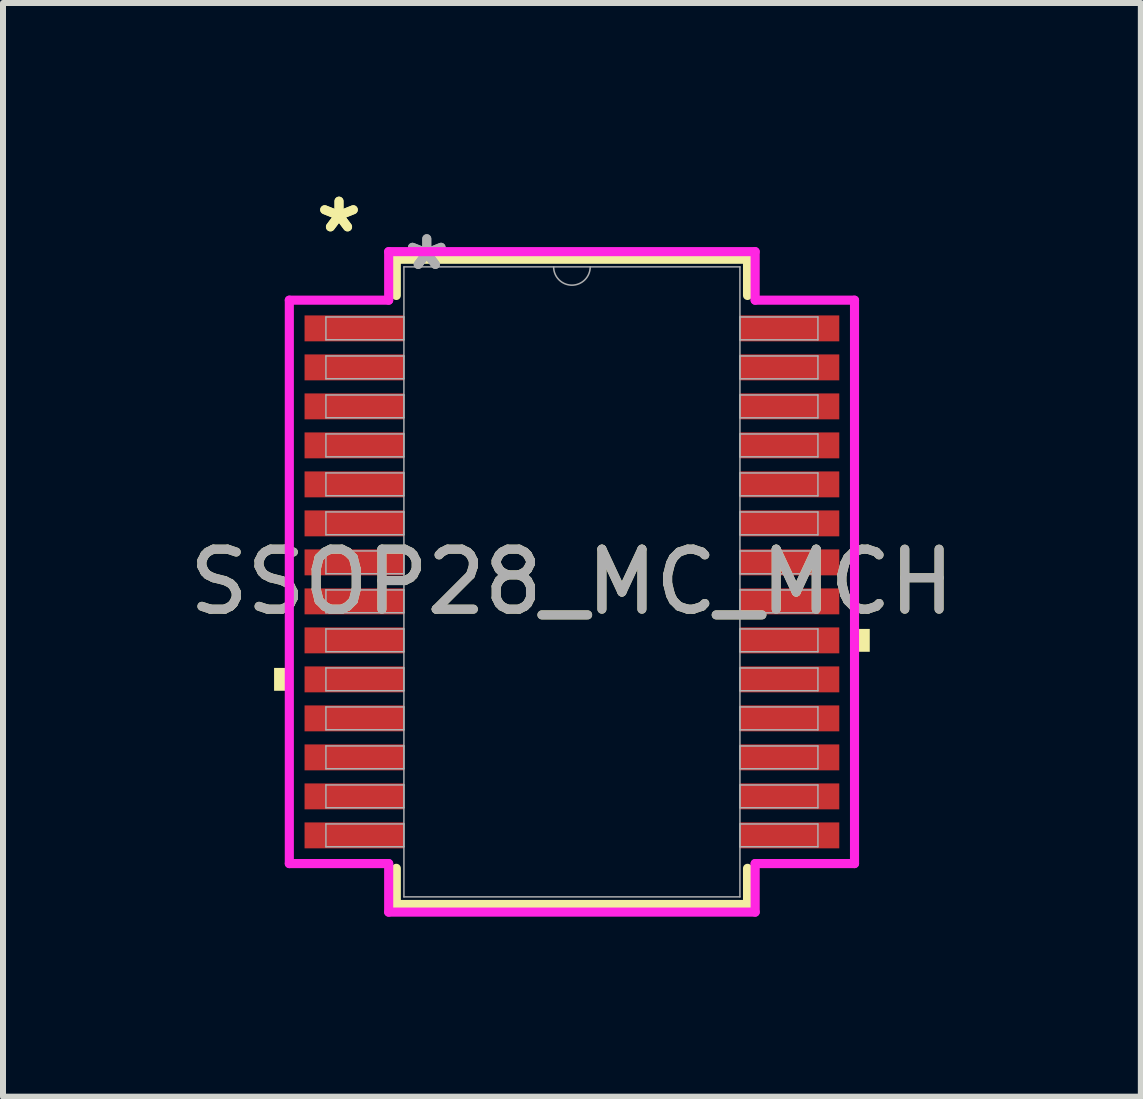
<source format=kicad_pcb>
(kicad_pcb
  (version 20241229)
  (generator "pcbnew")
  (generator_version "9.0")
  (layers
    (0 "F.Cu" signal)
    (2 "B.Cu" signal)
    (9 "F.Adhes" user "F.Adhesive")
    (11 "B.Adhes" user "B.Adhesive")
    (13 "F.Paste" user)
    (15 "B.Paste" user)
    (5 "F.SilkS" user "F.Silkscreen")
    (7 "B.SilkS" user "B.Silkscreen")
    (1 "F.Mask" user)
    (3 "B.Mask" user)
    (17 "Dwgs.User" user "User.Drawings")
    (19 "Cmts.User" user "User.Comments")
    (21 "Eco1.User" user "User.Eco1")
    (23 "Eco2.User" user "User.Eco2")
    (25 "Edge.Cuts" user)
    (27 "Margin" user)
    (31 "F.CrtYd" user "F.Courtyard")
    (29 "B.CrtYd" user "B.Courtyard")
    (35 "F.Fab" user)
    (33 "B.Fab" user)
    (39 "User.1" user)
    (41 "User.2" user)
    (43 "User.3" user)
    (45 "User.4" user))
  (footprint "SSOP28_MC_MCH"
    (layer "F.Cu")
    (at 6.482 6.648)
    (property "Reference" "SSOP28_MC_MCH" (at 0 0 0) (unlocked yes) (layer "F.SilkS") (effects (font (size 1 1) (thickness 0.15))))
    (attr smd)
    (fp_line (start -2.927 -5.377) (end -2.927 -4.774) (stroke (width 0.152) (type solid)) (layer "F.SilkS"))
    (fp_line (start -2.927 4.774) (end -2.927 5.377) (stroke (width 0.152) (type solid)) (layer "F.SilkS"))
    (fp_line (start -2.927 5.377) (end 2.927 5.377) (stroke (width 0.152) (type solid)) (layer "F.SilkS"))
    (fp_line (start 2.927 -5.377) (end -2.927 -5.377) (stroke (width 0.152) (type solid)) (layer "F.SilkS"))
    (fp_line (start 2.927 -4.774) (end 2.927 -5.377) (stroke (width 0.152) (type solid)) (layer "F.SilkS"))
    (fp_line (start 2.927 5.377) (end 2.927 4.774) (stroke (width 0.152) (type solid)) (layer "F.SilkS"))
    (fp_poly (pts (xy -4.964 1.434) (xy -4.964 1.815) (xy -4.71 1.815) (xy -4.71 1.434)) (stroke (width 0) (type solid)) (fill yes) (layer "F.SilkS"))
    (fp_poly (pts (xy 4.964 0.784) (xy 4.964 1.165) (xy 4.71 1.165) (xy 4.71 0.784)) (stroke (width 0) (type solid)) (fill yes) (layer "F.SilkS"))
    (fp_line (start -4.71 -4.695) (end -3.054 -4.695) (stroke (width 0.152) (type solid)) (layer "F.CrtYd"))
    (fp_line (start -4.71 4.695) (end -4.71 -4.695) (stroke (width 0.152) (type solid)) (layer "F.CrtYd"))
    (fp_line (start -4.71 4.695) (end -3.054 4.695) (stroke (width 0.152) (type solid)) (layer "F.CrtYd"))
    (fp_line (start -3.054 -5.504) (end 3.054 -5.504) (stroke (width 0.152) (type solid)) (layer "F.CrtYd"))
    (fp_line (start -3.054 -4.695) (end -3.054 -5.504) (stroke (width 0.152) (type solid)) (layer "F.CrtYd"))
    (fp_line (start -3.054 5.504) (end -3.054 4.695) (stroke (width 0.152) (type solid)) (layer "F.CrtYd"))
    (fp_line (start 3.054 -5.504) (end 3.054 -4.695) (stroke (width 0.152) (type solid)) (layer "F.CrtYd"))
    (fp_line (start 3.054 4.695) (end 3.054 5.504) (stroke (width 0.152) (type solid)) (layer "F.CrtYd"))
    (fp_line (start 3.054 5.504) (end -3.054 5.504) (stroke (width 0.152) (type solid)) (layer "F.CrtYd"))
    (fp_line (start 4.71 -4.695) (end 3.054 -4.695) (stroke (width 0.152) (type solid)) (layer "F.CrtYd"))
    (fp_line (start 4.71 -4.695) (end 4.71 4.695) (stroke (width 0.152) (type solid)) (layer "F.CrtYd"))
    (fp_line (start 4.71 4.695) (end 3.054 4.695) (stroke (width 0.152) (type solid)) (layer "F.CrtYd"))
    (fp_line (start -4.1 -4.415) (end -4.1 -4.035) (stroke (width 0.025) (type solid)) (layer "F.Fab"))
    (fp_line (start -4.1 -4.035) (end -2.8 -4.035) (stroke (width 0.025) (type solid)) (layer "F.Fab"))
    (fp_line (start -4.1 -3.765) (end -4.1 -3.385) (stroke (width 0.025) (type solid)) (layer "F.Fab"))
    (fp_line (start -4.1 -3.385) (end -2.8 -3.385) (stroke (width 0.025) (type solid)) (layer "F.Fab"))
    (fp_line (start -4.1 -3.115) (end -4.1 -2.735) (stroke (width 0.025) (type solid)) (layer "F.Fab"))
    (fp_line (start -4.1 -2.735) (end -2.8 -2.735) (stroke (width 0.025) (type solid)) (layer "F.Fab"))
    (fp_line (start -4.1 -2.466) (end -4.1 -2.084) (stroke (width 0.025) (type solid)) (layer "F.Fab"))
    (fp_line (start -4.1 -2.084) (end -2.8 -2.084) (stroke (width 0.025) (type solid)) (layer "F.Fab"))
    (fp_line (start -4.1 -1.816) (end -4.1 -1.435) (stroke (width 0.025) (type solid)) (layer "F.Fab"))
    (fp_line (start -4.1 -1.435) (end -2.8 -1.435) (stroke (width 0.025) (type solid)) (layer "F.Fab"))
    (fp_line (start -4.1 -1.166) (end -4.1 -0.785) (stroke (width 0.025) (type solid)) (layer "F.Fab"))
    (fp_line (start -4.1 -0.785) (end -2.8 -0.785) (stroke (width 0.025) (type solid)) (layer "F.Fab"))
    (fp_line (start -4.1 -0.516) (end -4.1 -0.135) (stroke (width 0.025) (type solid)) (layer "F.Fab"))
    (fp_line (start -4.1 -0.135) (end -2.8 -0.135) (stroke (width 0.025) (type solid)) (layer "F.Fab"))
    (fp_line (start -4.1 0.134) (end -4.1 0.515) (stroke (width 0.025) (type solid)) (layer "F.Fab"))
    (fp_line (start -4.1 0.515) (end -2.8 0.515) (stroke (width 0.025) (type solid)) (layer "F.Fab"))
    (fp_line (start -4.1 0.784) (end -4.1 1.165) (stroke (width 0.025) (type solid)) (layer "F.Fab"))
    (fp_line (start -4.1 1.165) (end -2.8 1.165) (stroke (width 0.025) (type solid)) (layer "F.Fab"))
    (fp_line (start -4.1 1.434) (end -4.1 1.815) (stroke (width 0.025) (type solid)) (layer "F.Fab"))
    (fp_line (start -4.1 1.815) (end -2.8 1.815) (stroke (width 0.025) (type solid)) (layer "F.Fab"))
    (fp_line (start -4.1 2.084) (end -4.1 2.465) (stroke (width 0.025) (type solid)) (layer "F.Fab"))
    (fp_line (start -4.1 2.465) (end -2.8 2.465) (stroke (width 0.025) (type solid)) (layer "F.Fab"))
    (fp_line (start -4.1 2.734) (end -4.1 3.115) (stroke (width 0.025) (type solid)) (layer "F.Fab"))
    (fp_line (start -4.1 3.115) (end -2.8 3.115) (stroke (width 0.025) (type solid)) (layer "F.Fab"))
    (fp_line (start -4.1 3.384) (end -4.1 3.765) (stroke (width 0.025) (type solid)) (layer "F.Fab"))
    (fp_line (start -4.1 3.765) (end -2.8 3.765) (stroke (width 0.025) (type solid)) (layer "F.Fab"))
    (fp_line (start -4.1 4.034) (end -4.1 4.415) (stroke (width 0.025) (type solid)) (layer "F.Fab"))
    (fp_line (start -4.1 4.415) (end -2.8 4.415) (stroke (width 0.025) (type solid)) (layer "F.Fab"))
    (fp_line (start -2.8 -5.25) (end -2.8 5.25) (stroke (width 0.025) (type solid)) (layer "F.Fab"))
    (fp_line (start -2.8 -4.415) (end -4.1 -4.415) (stroke (width 0.025) (type solid)) (layer "F.Fab"))
    (fp_line (start -2.8 -4.035) (end -2.8 -4.415) (stroke (width 0.025) (type solid)) (layer "F.Fab"))
    (fp_line (start -2.8 -3.765) (end -4.1 -3.765) (stroke (width 0.025) (type solid)) (layer "F.Fab"))
    (fp_line (start -2.8 -3.385) (end -2.8 -3.765) (stroke (width 0.025) (type solid)) (layer "F.Fab"))
    (fp_line (start -2.8 -3.115) (end -4.1 -3.115) (stroke (width 0.025) (type solid)) (layer "F.Fab"))
    (fp_line (start -2.8 -2.735) (end -2.8 -3.115) (stroke (width 0.025) (type solid)) (layer "F.Fab"))
    (fp_line (start -2.8 -2.466) (end -4.1 -2.466) (stroke (width 0.025) (type solid)) (layer "F.Fab"))
    (fp_line (start -2.8 -2.084) (end -2.8 -2.466) (stroke (width 0.025) (type solid)) (layer "F.Fab"))
    (fp_line (start -2.8 -1.816) (end -4.1 -1.816) (stroke (width 0.025) (type solid)) (layer "F.Fab"))
    (fp_line (start -2.8 -1.435) (end -2.8 -1.816) (stroke (width 0.025) (type solid)) (layer "F.Fab"))
    (fp_line (start -2.8 -1.166) (end -4.1 -1.166) (stroke (width 0.025) (type solid)) (layer "F.Fab"))
    (fp_line (start -2.8 -0.785) (end -2.8 -1.166) (stroke (width 0.025) (type solid)) (layer "F.Fab"))
    (fp_line (start -2.8 -0.516) (end -4.1 -0.516) (stroke (width 0.025) (type solid)) (layer "F.Fab"))
    (fp_line (start -2.8 -0.135) (end -2.8 -0.516) (stroke (width 0.025) (type solid)) (layer "F.Fab"))
    (fp_line (start -2.8 0.134) (end -4.1 0.134) (stroke (width 0.025) (type solid)) (layer "F.Fab"))
    (fp_line (start -2.8 0.515) (end -2.8 0.134) (stroke (width 0.025) (type solid)) (layer "F.Fab"))
    (fp_line (start -2.8 0.784) (end -4.1 0.784) (stroke (width 0.025) (type solid)) (layer "F.Fab"))
    (fp_line (start -2.8 1.165) (end -2.8 0.784) (stroke (width 0.025) (type solid)) (layer "F.Fab"))
    (fp_line (start -2.8 1.434) (end -4.1 1.434) (stroke (width 0.025) (type solid)) (layer "F.Fab"))
    (fp_line (start -2.8 1.815) (end -2.8 1.434) (stroke (width 0.025) (type solid)) (layer "F.Fab"))
    (fp_line (start -2.8 2.084) (end -4.1 2.084) (stroke (width 0.025) (type solid)) (layer "F.Fab"))
    (fp_line (start -2.8 2.465) (end -2.8 2.084) (stroke (width 0.025) (type solid)) (layer "F.Fab"))
    (fp_line (start -2.8 2.734) (end -4.1 2.734) (stroke (width 0.025) (type solid)) (layer "F.Fab"))
    (fp_line (start -2.8 3.115) (end -2.8 2.734) (stroke (width 0.025) (type solid)) (layer "F.Fab"))
    (fp_line (start -2.8 3.384) (end -4.1 3.384) (stroke (width 0.025) (type solid)) (layer "F.Fab"))
    (fp_line (start -2.8 3.765) (end -2.8 3.384) (stroke (width 0.025) (type solid)) (layer "F.Fab"))
    (fp_line (start -2.8 4.034) (end -4.1 4.034) (stroke (width 0.025) (type solid)) (layer "F.Fab"))
    (fp_line (start -2.8 4.415) (end -2.8 4.034) (stroke (width 0.025) (type solid)) (layer "F.Fab"))
    (fp_line (start -2.8 5.25) (end 2.8 5.25) (stroke (width 0.025) (type solid)) (layer "F.Fab"))
    (fp_line (start 2.8 -5.25) (end -2.8 -5.25) (stroke (width 0.025) (type solid)) (layer "F.Fab"))
    (fp_line (start 2.8 -4.415) (end 2.8 -4.034) (stroke (width 0.025) (type solid)) (layer "F.Fab"))
    (fp_line (start 2.8 -4.034) (end 4.1 -4.034) (stroke (width 0.025) (type solid)) (layer "F.Fab"))
    (fp_line (start 2.8 -3.765) (end 2.8 -3.384) (stroke (width 0.025) (type solid)) (layer "F.Fab"))
    (fp_line (start 2.8 -3.384) (end 4.1 -3.384) (stroke (width 0.025) (type solid)) (layer "F.Fab"))
    (fp_line (start 2.8 -3.115) (end 2.8 -2.734) (stroke (width 0.025) (type solid)) (layer "F.Fab"))
    (fp_line (start 2.8 -2.734) (end 4.1 -2.734) (stroke (width 0.025) (type solid)) (layer "F.Fab"))
    (fp_line (start 2.8 -2.465) (end 2.8 -2.084) (stroke (width 0.025) (type solid)) (layer "F.Fab"))
    (fp_line (start 2.8 -2.084) (end 4.1 -2.084) (stroke (width 0.025) (type solid)) (layer "F.Fab"))
    (fp_line (start 2.8 -1.815) (end 2.8 -1.434) (stroke (width 0.025) (type solid)) (layer "F.Fab"))
    (fp_line (start 2.8 -1.434) (end 4.1 -1.434) (stroke (width 0.025) (type solid)) (layer "F.Fab"))
    (fp_line (start 2.8 -1.165) (end 2.8 -0.784) (stroke (width 0.025) (type solid)) (layer "F.Fab"))
    (fp_line (start 2.8 -0.784) (end 4.1 -0.784) (stroke (width 0.025) (type solid)) (layer "F.Fab"))
    (fp_line (start 2.8 -0.515) (end 2.8 -0.134) (stroke (width 0.025) (type solid)) (layer "F.Fab"))
    (fp_line (start 2.8 -0.134) (end 4.1 -0.134) (stroke (width 0.025) (type solid)) (layer "F.Fab"))
    (fp_line (start 2.8 0.135) (end 2.8 0.516) (stroke (width 0.025) (type solid)) (layer "F.Fab"))
    (fp_line (start 2.8 0.516) (end 4.1 0.516) (stroke (width 0.025) (type solid)) (layer "F.Fab"))
    (fp_line (start 2.8 0.784) (end 2.8 1.165) (stroke (width 0.025) (type solid)) (layer "F.Fab"))
    (fp_line (start 2.8 1.165) (end 4.1 1.165) (stroke (width 0.025) (type solid)) (layer "F.Fab"))
    (fp_line (start 2.8 1.435) (end 2.8 1.815) (stroke (width 0.025) (type solid)) (layer "F.Fab"))
    (fp_line (start 2.8 1.815) (end 4.1 1.815) (stroke (width 0.025) (type solid)) (layer "F.Fab"))
    (fp_line (start 2.8 2.084) (end 2.8 2.466) (stroke (width 0.025) (type solid)) (layer "F.Fab"))
    (fp_line (start 2.8 2.466) (end 4.1 2.466) (stroke (width 0.025) (type solid)) (layer "F.Fab"))
    (fp_line (start 2.8 2.735) (end 2.8 3.115) (stroke (width 0.025) (type solid)) (layer "F.Fab"))
    (fp_line (start 2.8 3.115) (end 4.1 3.115) (stroke (width 0.025) (type solid)) (layer "F.Fab"))
    (fp_line (start 2.8 3.385) (end 2.8 3.765) (stroke (width 0.025) (type solid)) (layer "F.Fab"))
    (fp_line (start 2.8 3.765) (end 4.1 3.765) (stroke (width 0.025) (type solid)) (layer "F.Fab"))
    (fp_line (start 2.8 4.035) (end 2.8 4.415) (stroke (width 0.025) (type solid)) (layer "F.Fab"))
    (fp_line (start 2.8 4.415) (end 4.1 4.415) (stroke (width 0.025) (type solid)) (layer "F.Fab"))
    (fp_line (start 2.8 5.25) (end 2.8 -5.25) (stroke (width 0.025) (type solid)) (layer "F.Fab"))
    (fp_line (start 4.1 -4.415) (end 2.8 -4.415) (stroke (width 0.025) (type solid)) (layer "F.Fab"))
    (fp_line (start 4.1 -4.034) (end 4.1 -4.415) (stroke (width 0.025) (type solid)) (layer "F.Fab"))
    (fp_line (start 4.1 -3.765) (end 2.8 -3.765) (stroke (width 0.025) (type solid)) (layer "F.Fab"))
    (fp_line (start 4.1 -3.384) (end 4.1 -3.765) (stroke (width 0.025) (type solid)) (layer "F.Fab"))
    (fp_line (start 4.1 -3.115) (end 2.8 -3.115) (stroke (width 0.025) (type solid)) (layer "F.Fab"))
    (fp_line (start 4.1 -2.734) (end 4.1 -3.115) (stroke (width 0.025) (type solid)) (layer "F.Fab"))
    (fp_line (start 4.1 -2.465) (end 2.8 -2.465) (stroke (width 0.025) (type solid)) (layer "F.Fab"))
    (fp_line (start 4.1 -2.084) (end 4.1 -2.465) (stroke (width 0.025) (type solid)) (layer "F.Fab"))
    (fp_line (start 4.1 -1.815) (end 2.8 -1.815) (stroke (width 0.025) (type solid)) (layer "F.Fab"))
    (fp_line (start 4.1 -1.434) (end 4.1 -1.815) (stroke (width 0.025) (type solid)) (layer "F.Fab"))
    (fp_line (start 4.1 -1.165) (end 2.8 -1.165) (stroke (width 0.025) (type solid)) (layer "F.Fab"))
    (fp_line (start 4.1 -0.784) (end 4.1 -1.165) (stroke (width 0.025) (type solid)) (layer "F.Fab"))
    (fp_line (start 4.1 -0.515) (end 2.8 -0.515) (stroke (width 0.025) (type solid)) (layer "F.Fab"))
    (fp_line (start 4.1 -0.134) (end 4.1 -0.515) (stroke (width 0.025) (type solid)) (layer "F.Fab"))
    (fp_line (start 4.1 0.135) (end 2.8 0.135) (stroke (width 0.025) (type solid)) (layer "F.Fab"))
    (fp_line (start 4.1 0.516) (end 4.1 0.135) (stroke (width 0.025) (type solid)) (layer "F.Fab"))
    (fp_line (start 4.1 0.784) (end 2.8 0.784) (stroke (width 0.025) (type solid)) (layer "F.Fab"))
    (fp_line (start 4.1 1.165) (end 4.1 0.784) (stroke (width 0.025) (type solid)) (layer "F.Fab"))
    (fp_line (start 4.1 1.435) (end 2.8 1.435) (stroke (width 0.025) (type solid)) (layer "F.Fab"))
    (fp_line (start 4.1 1.815) (end 4.1 1.435) (stroke (width 0.025) (type solid)) (layer "F.Fab"))
    (fp_line (start 4.1 2.084) (end 2.8 2.084) (stroke (width 0.025) (type solid)) (layer "F.Fab"))
    (fp_line (start 4.1 2.466) (end 4.1 2.084) (stroke (width 0.025) (type solid)) (layer "F.Fab"))
    (fp_line (start 4.1 2.735) (end 2.8 2.735) (stroke (width 0.025) (type solid)) (layer "F.Fab"))
    (fp_line (start 4.1 3.115) (end 4.1 2.735) (stroke (width 0.025) (type solid)) (layer "F.Fab"))
    (fp_line (start 4.1 3.385) (end 2.8 3.385) (stroke (width 0.025) (type solid)) (layer "F.Fab"))
    (fp_line (start 4.1 3.765) (end 4.1 3.385) (stroke (width 0.025) (type solid)) (layer "F.Fab"))
    (fp_line (start 4.1 4.035) (end 2.8 4.035) (stroke (width 0.025) (type solid)) (layer "F.Fab"))
    (fp_line (start 4.1 4.415) (end 4.1 4.035) (stroke (width 0.025) (type solid)) (layer "F.Fab"))
    (fp_arc (start 0.3048 -5.25) (mid 0 -4.9452) (end -0.3048 -5.25) (stroke (width 0.0254) (type solid)) (layer "F.Fab"))
    (fp_text user "*" (at -3.882 -5.8 0) (layer "F.SilkS") (effects (font (size 1 1) (thickness 0.15))))
    (fp_text user "*" (at -3.882 -5.8 0) (unlocked yes) (layer "F.SilkS") (effects (font (size 1 1) (thickness 0.15))))
    (fp_text user "*" (at -2.419 -5.174 0) (unlocked yes) (layer "F.Fab") (effects (font (size 1 1) (thickness 0.15))))
    (fp_text user "${REFERENCE}" (at 0 0 0) (unlocked yes) (layer "F.Fab") (effects (font (size 1 1) (thickness 0.15))))
    (fp_text user "*" (at -2.419 -5.174 0) (layer "F.Fab") (effects (font (size 1 1) (thickness 0.15))))
    (pad "1" smd rect (at -3.628 -4.225) (size 1.656 0.432) (layers "F.Cu" "F.Mask" "F.Paste"))
    (pad "2" smd rect (at -3.628 -3.575) (size 1.656 0.432) (layers "F.Cu" "F.Mask" "F.Paste"))
    (pad "3" smd rect (at -3.628 -2.925) (size 1.656 0.432) (layers "F.Cu" "F.Mask" "F.Paste"))
    (pad "4" smd rect (at -3.628 -2.275) (size 1.656 0.432) (layers "F.Cu" "F.Mask" "F.Paste"))
    (pad "5" smd rect (at -3.628 -1.625) (size 1.656 0.432) (layers "F.Cu" "F.Mask" "F.Paste"))
    (pad "6" smd rect (at -3.628 -0.975) (size 1.656 0.432) (layers "F.Cu" "F.Mask" "F.Paste"))
    (pad "7" smd rect (at -3.628 -0.325) (size 1.656 0.432) (layers "F.Cu" "F.Mask" "F.Paste"))
    (pad "8" smd rect (at -3.628 0.325) (size 1.656 0.432) (layers "F.Cu" "F.Mask" "F.Paste"))
    (pad "9" smd rect (at -3.628 0.975) (size 1.656 0.432) (layers "F.Cu" "F.Mask" "F.Paste"))
    (pad "10" smd rect (at -3.628 1.625) (size 1.656 0.432) (layers "F.Cu" "F.Mask" "F.Paste"))
    (pad "11" smd rect (at -3.628 2.275) (size 1.656 0.432) (layers "F.Cu" "F.Mask" "F.Paste"))
    (pad "12" smd rect (at -3.628 2.925) (size 1.656 0.432) (layers "F.Cu" "F.Mask" "F.Paste"))
    (pad "13" smd rect (at -3.628 3.575) (size 1.656 0.432) (layers "F.Cu" "F.Mask" "F.Paste"))
    (pad "14" smd rect (at -3.628 4.225) (size 1.656 0.432) (layers "F.Cu" "F.Mask" "F.Paste"))
    (pad "15" smd rect (at 3.628 4.225) (size 1.656 0.432) (layers "F.Cu" "F.Mask" "F.Paste"))
    (pad "16" smd rect (at 3.628 3.575) (size 1.656 0.432) (layers "F.Cu" "F.Mask" "F.Paste"))
    (pad "17" smd rect (at 3.628 2.925) (size 1.656 0.432) (layers "F.Cu" "F.Mask" "F.Paste"))
    (pad "18" smd rect (at 3.628 2.275) (size 1.656 0.432) (layers "F.Cu" "F.Mask" "F.Paste"))
    (pad "19" smd rect (at 3.628 1.625) (size 1.656 0.432) (layers "F.Cu" "F.Mask" "F.Paste"))
    (pad "20" smd rect (at 3.628 0.975) (size 1.656 0.432) (layers "F.Cu" "F.Mask" "F.Paste"))
    (pad "21" smd rect (at 3.628 0.325) (size 1.656 0.432) (layers "F.Cu" "F.Mask" "F.Paste"))
    (pad "22" smd rect (at 3.628 -0.325) (size 1.656 0.432) (layers "F.Cu" "F.Mask" "F.Paste"))
    (pad "23" smd rect (at 3.628 -0.975) (size 1.656 0.432) (layers "F.Cu" "F.Mask" "F.Paste"))
    (pad "24" smd rect (at 3.628 -1.625) (size 1.656 0.432) (layers "F.Cu" "F.Mask" "F.Paste"))
    (pad "25" smd rect (at 3.628 -2.275) (size 1.656 0.432) (layers "F.Cu" "F.Mask" "F.Paste"))
    (pad "26" smd rect (at 3.628 -2.925) (size 1.656 0.432) (layers "F.Cu" "F.Mask" "F.Paste"))
    (pad "27" smd rect (at 3.628 -3.575) (size 1.656 0.432) (layers "F.Cu" "F.Mask" "F.Paste"))
    (pad "28" smd rect (at 3.628 -4.225) (size 1.656 0.432) (layers "F.Cu" "F.Mask" "F.Paste")))
  (gr_rect
    (start -3 -3)
    (end 15.964 15.228)
    (stroke (width 0.1) (type default))
    (fill no)
    (layer "Edge.Cuts")))
</source>
